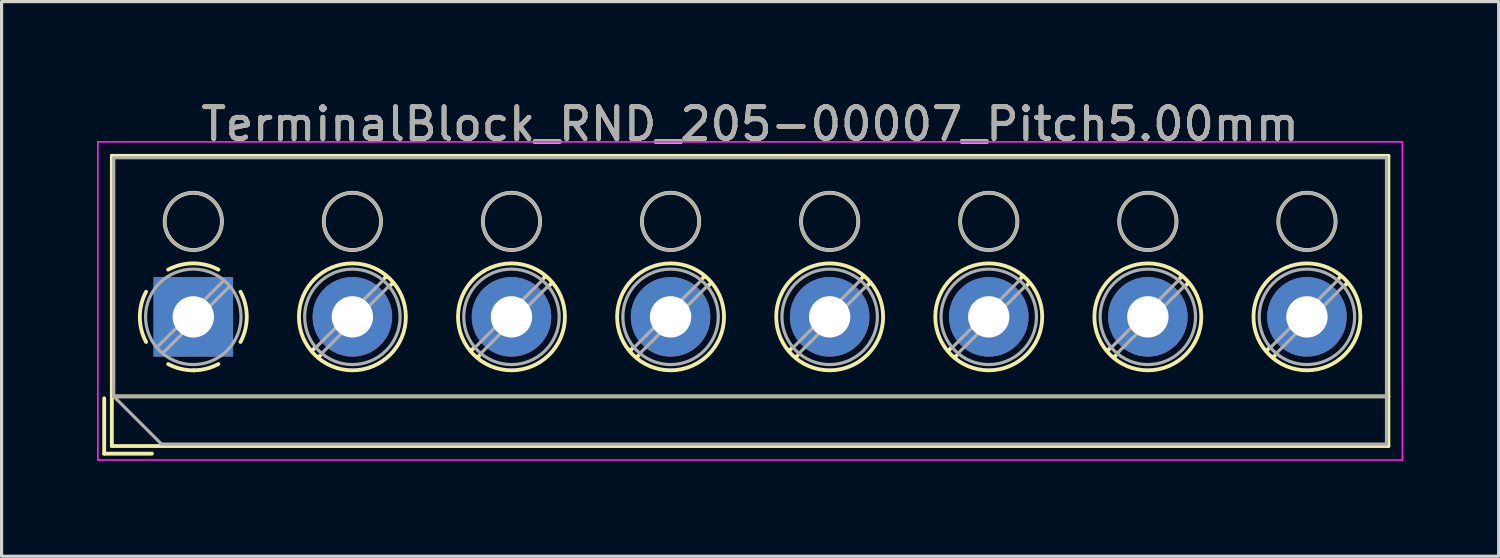
<source format=kicad_pcb>
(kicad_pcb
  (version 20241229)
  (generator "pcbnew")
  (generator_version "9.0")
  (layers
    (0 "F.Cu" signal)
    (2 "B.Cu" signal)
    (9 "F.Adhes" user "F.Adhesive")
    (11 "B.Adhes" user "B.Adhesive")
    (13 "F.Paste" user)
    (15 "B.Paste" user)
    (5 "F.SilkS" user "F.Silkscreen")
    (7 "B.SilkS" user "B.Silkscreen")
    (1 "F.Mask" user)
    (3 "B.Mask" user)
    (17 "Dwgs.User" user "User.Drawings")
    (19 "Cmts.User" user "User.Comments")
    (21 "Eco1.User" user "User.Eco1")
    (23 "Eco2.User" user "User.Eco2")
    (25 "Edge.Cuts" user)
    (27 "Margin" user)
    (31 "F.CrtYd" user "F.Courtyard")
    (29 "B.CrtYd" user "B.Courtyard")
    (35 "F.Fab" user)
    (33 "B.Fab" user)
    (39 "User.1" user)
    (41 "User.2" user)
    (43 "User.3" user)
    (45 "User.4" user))
  (footprint "TerminalBlock_RND_205-00007_Pitch5.00mm"
    (layer "F.Cu")
    (at 3.025 6.908)
    (property "Reference" "TerminalBlock_RND_205-00007_Pitch5.00mm" (at 17.5 -6.06 0) (layer "F.SilkS") (effects (font (size 1 1) (thickness 0.15))))
    (attr through_hole)
    (fp_line (start -2.8 2.56) (end -2.8 4.3) (stroke (width 0.12) (type solid)) (layer "F.SilkS"))
    (fp_line (start -2.8 4.3) (end -1.3 4.3) (stroke (width 0.12) (type solid)) (layer "F.SilkS"))
    (fp_line (start -2.56 -5.06) (end -2.56 4.06) (stroke (width 0.12) (type solid)) (layer "F.SilkS"))
    (fp_line (start -2.56 2.5) (end 37.56 2.5) (stroke (width 0.12) (type solid)) (layer "F.SilkS"))
    (fp_line (start -2.56 4.06) (end 37.56 4.06) (stroke (width 0.12) (type solid)) (layer "F.SilkS"))
    (fp_line (start 3.82 0.976) (end 3.726 1.069) (stroke (width 0.12) (type solid)) (layer "F.SilkS"))
    (fp_line (start 3.99 1.216) (end 3.931 1.274) (stroke (width 0.12) (type solid)) (layer "F.SilkS"))
    (fp_line (start 6.07 -1.275) (end 6.011 -1.216) (stroke (width 0.12) (type solid)) (layer "F.SilkS"))
    (fp_line (start 6.275 -1.069) (end 6.181 -0.976) (stroke (width 0.12) (type solid)) (layer "F.SilkS"))
    (fp_line (start 8.82 0.976) (end 8.726 1.069) (stroke (width 0.12) (type solid)) (layer "F.SilkS"))
    (fp_line (start 8.99 1.216) (end 8.931 1.274) (stroke (width 0.12) (type solid)) (layer "F.SilkS"))
    (fp_line (start 11.07 -1.275) (end 11.011 -1.216) (stroke (width 0.12) (type solid)) (layer "F.SilkS"))
    (fp_line (start 11.275 -1.069) (end 11.181 -0.976) (stroke (width 0.12) (type solid)) (layer "F.SilkS"))
    (fp_line (start 13.82 0.976) (end 13.726 1.069) (stroke (width 0.12) (type solid)) (layer "F.SilkS"))
    (fp_line (start 13.99 1.216) (end 13.931 1.274) (stroke (width 0.12) (type solid)) (layer "F.SilkS"))
    (fp_line (start 16.07 -1.275) (end 16.011 -1.216) (stroke (width 0.12) (type solid)) (layer "F.SilkS"))
    (fp_line (start 16.275 -1.069) (end 16.181 -0.976) (stroke (width 0.12) (type solid)) (layer "F.SilkS"))
    (fp_line (start 18.82 0.976) (end 18.726 1.069) (stroke (width 0.12) (type solid)) (layer "F.SilkS"))
    (fp_line (start 18.99 1.216) (end 18.931 1.274) (stroke (width 0.12) (type solid)) (layer "F.SilkS"))
    (fp_line (start 21.07 -1.275) (end 21.011 -1.216) (stroke (width 0.12) (type solid)) (layer "F.SilkS"))
    (fp_line (start 21.275 -1.069) (end 21.181 -0.976) (stroke (width 0.12) (type solid)) (layer "F.SilkS"))
    (fp_line (start 23.82 0.976) (end 23.726 1.069) (stroke (width 0.12) (type solid)) (layer "F.SilkS"))
    (fp_line (start 23.99 1.216) (end 23.931 1.274) (stroke (width 0.12) (type solid)) (layer "F.SilkS"))
    (fp_line (start 26.07 -1.275) (end 26.011 -1.216) (stroke (width 0.12) (type solid)) (layer "F.SilkS"))
    (fp_line (start 26.275 -1.069) (end 26.181 -0.976) (stroke (width 0.12) (type solid)) (layer "F.SilkS"))
    (fp_line (start 28.82 0.976) (end 28.726 1.069) (stroke (width 0.12) (type solid)) (layer "F.SilkS"))
    (fp_line (start 28.99 1.216) (end 28.931 1.274) (stroke (width 0.12) (type solid)) (layer "F.SilkS"))
    (fp_line (start 31.07 -1.275) (end 31.011 -1.216) (stroke (width 0.12) (type solid)) (layer "F.SilkS"))
    (fp_line (start 31.275 -1.069) (end 31.181 -0.976) (stroke (width 0.12) (type solid)) (layer "F.SilkS"))
    (fp_line (start 33.82 0.976) (end 33.726 1.069) (stroke (width 0.12) (type solid)) (layer "F.SilkS"))
    (fp_line (start 33.99 1.216) (end 33.931 1.274) (stroke (width 0.12) (type solid)) (layer "F.SilkS"))
    (fp_line (start 36.07 -1.275) (end 36.011 -1.216) (stroke (width 0.12) (type solid)) (layer "F.SilkS"))
    (fp_line (start 36.275 -1.069) (end 36.181 -0.976) (stroke (width 0.12) (type solid)) (layer "F.SilkS"))
    (fp_line (start 37.56 -5.06) (end -2.56 -5.06) (stroke (width 0.12) (type solid)) (layer "F.SilkS"))
    (fp_line (start 37.56 4.06) (end 37.56 -5.06) (stroke (width 0.12) (type solid)) (layer "F.SilkS"))
    (fp_arc (start -1.483953 0.789089) (mid -1.680708 0.00005) (end -1.484 -0.789) (stroke (width 0.12) (type solid)) (layer "F.SilkS"))
    (fp_arc (start -0.789089 -1.483953) (mid -0.00005 -1.680708) (end 0.789 -1.484) (stroke (width 0.12) (type solid)) (layer "F.SilkS"))
    (fp_arc (start 0.029383 1.68045) (mid -0.392304 1.634281) (end -0.789 1.484) (stroke (width 0.12) (type solid)) (layer "F.SilkS"))
    (fp_arc (start 0.788712 1.483352) (mid 0.406429 1.630097) (end 0 1.68) (stroke (width 0.12) (type solid)) (layer "F.SilkS"))
    (fp_arc (start 1.483953 -0.789089) (mid 1.680708 -0.00005) (end 1.484 0.789) (stroke (width 0.12) (type solid)) (layer "F.SilkS"))
    (fp_circle (center 0 -3) (end 0.9 -3) (stroke (width 0.12) (type solid)) (fill no) (layer "F.SilkS"))
    (fp_circle (center 5 -3) (end 5.9 -3) (stroke (width 0.12) (type solid)) (fill no) (layer "F.SilkS"))
    (fp_circle (center 5 0) (end 6.68 0) (stroke (width 0.12) (type solid)) (fill no) (layer "F.SilkS"))
    (fp_circle (center 10 -3) (end 10.9 -3) (stroke (width 0.12) (type solid)) (fill no) (layer "F.SilkS"))
    (fp_circle (center 10 0) (end 11.68 0) (stroke (width 0.12) (type solid)) (fill no) (layer "F.SilkS"))
    (fp_circle (center 15 -3) (end 15.9 -3) (stroke (width 0.12) (type solid)) (fill no) (layer "F.SilkS"))
    (fp_circle (center 15 0) (end 16.68 0) (stroke (width 0.12) (type solid)) (fill no) (layer "F.SilkS"))
    (fp_circle (center 20 -3) (end 20.9 -3) (stroke (width 0.12) (type solid)) (fill no) (layer "F.SilkS"))
    (fp_circle (center 20 0) (end 21.68 0) (stroke (width 0.12) (type solid)) (fill no) (layer "F.SilkS"))
    (fp_circle (center 25 -3) (end 25.9 -3) (stroke (width 0.12) (type solid)) (fill no) (layer "F.SilkS"))
    (fp_circle (center 25 0) (end 26.68 0) (stroke (width 0.12) (type solid)) (fill no) (layer "F.SilkS"))
    (fp_circle (center 30 -3) (end 30.9 -3) (stroke (width 0.12) (type solid)) (fill no) (layer "F.SilkS"))
    (fp_circle (center 30 0) (end 31.68 0) (stroke (width 0.12) (type solid)) (fill no) (layer "F.SilkS"))
    (fp_circle (center 35 -3) (end 35.9 -3) (stroke (width 0.12) (type solid)) (fill no) (layer "F.SilkS"))
    (fp_circle (center 35 0) (end 36.68 0) (stroke (width 0.12) (type solid)) (fill no) (layer "F.SilkS"))
    (fp_line (start -3 -5.5) (end -3 4.5) (stroke (width 0.05) (type solid)) (layer "F.CrtYd"))
    (fp_line (start -3 4.5) (end 38 4.5) (stroke (width 0.05) (type solid)) (layer "F.CrtYd"))
    (fp_line (start 38 -5.5) (end -3 -5.5) (stroke (width 0.05) (type solid)) (layer "F.CrtYd"))
    (fp_line (start 38 4.5) (end 38 -5.5) (stroke (width 0.05) (type solid)) (layer "F.CrtYd"))
    (fp_line (start -2.5 -5) (end 37.5 -5) (stroke (width 0.1) (type solid)) (layer "F.Fab"))
    (fp_line (start -2.5 2.5) (end -2.5 -5) (stroke (width 0.1) (type solid)) (layer "F.Fab"))
    (fp_line (start -2.5 2.5) (end 37.5 2.5) (stroke (width 0.1) (type solid)) (layer "F.Fab"))
    (fp_line (start -1 4) (end -2.5 2.5) (stroke (width 0.1) (type solid)) (layer "F.Fab"))
    (fp_line (start 0.955 -1.138) (end -1.138 0.955) (stroke (width 0.1) (type solid)) (layer "F.Fab"))
    (fp_line (start 1.138 -0.955) (end -0.955 1.138) (stroke (width 0.1) (type solid)) (layer "F.Fab"))
    (fp_line (start 5.955 -1.138) (end 3.863 0.955) (stroke (width 0.1) (type solid)) (layer "F.Fab"))
    (fp_line (start 6.138 -0.955) (end 4.046 1.138) (stroke (width 0.1) (type solid)) (layer "F.Fab"))
    (fp_line (start 10.955 -1.138) (end 8.863 0.955) (stroke (width 0.1) (type solid)) (layer "F.Fab"))
    (fp_line (start 11.138 -0.955) (end 9.046 1.138) (stroke (width 0.1) (type solid)) (layer "F.Fab"))
    (fp_line (start 15.955 -1.138) (end 13.863 0.955) (stroke (width 0.1) (type solid)) (layer "F.Fab"))
    (fp_line (start 16.138 -0.955) (end 14.046 1.138) (stroke (width 0.1) (type solid)) (layer "F.Fab"))
    (fp_line (start 20.955 -1.138) (end 18.863 0.955) (stroke (width 0.1) (type solid)) (layer "F.Fab"))
    (fp_line (start 21.138 -0.955) (end 19.046 1.138) (stroke (width 0.1) (type solid)) (layer "F.Fab"))
    (fp_line (start 25.955 -1.138) (end 23.863 0.955) (stroke (width 0.1) (type solid)) (layer "F.Fab"))
    (fp_line (start 26.138 -0.955) (end 24.046 1.138) (stroke (width 0.1) (type solid)) (layer "F.Fab"))
    (fp_line (start 30.955 -1.138) (end 28.863 0.955) (stroke (width 0.1) (type solid)) (layer "F.Fab"))
    (fp_line (start 31.138 -0.955) (end 29.046 1.138) (stroke (width 0.1) (type solid)) (layer "F.Fab"))
    (fp_line (start 35.955 -1.138) (end 33.863 0.955) (stroke (width 0.1) (type solid)) (layer "F.Fab"))
    (fp_line (start 36.138 -0.955) (end 34.046 1.138) (stroke (width 0.1) (type solid)) (layer "F.Fab"))
    (fp_line (start 37.5 -5) (end 37.5 4) (stroke (width 0.1) (type solid)) (layer "F.Fab"))
    (fp_line (start 37.5 4) (end -1 4) (stroke (width 0.1) (type solid)) (layer "F.Fab"))
    (fp_circle (center 0 -3) (end 0.9 -3) (stroke (width 0.1) (type solid)) (fill no) (layer "F.Fab"))
    (fp_circle (center 0 0) (end 1.5 0) (stroke (width 0.1) (type solid)) (fill no) (layer "F.Fab"))
    (fp_circle (center 5 -3) (end 5.9 -3) (stroke (width 0.1) (type solid)) (fill no) (layer "F.Fab"))
    (fp_circle (center 5 0) (end 6.5 0) (stroke (width 0.1) (type solid)) (fill no) (layer "F.Fab"))
    (fp_circle (center 10 -3) (end 10.9 -3) (stroke (width 0.1) (type solid)) (fill no) (layer "F.Fab"))
    (fp_circle (center 10 0) (end 11.5 0) (stroke (width 0.1) (type solid)) (fill no) (layer "F.Fab"))
    (fp_circle (center 15 -3) (end 15.9 -3) (stroke (width 0.1) (type solid)) (fill no) (layer "F.Fab"))
    (fp_circle (center 15 0) (end 16.5 0) (stroke (width 0.1) (type solid)) (fill no) (layer "F.Fab"))
    (fp_circle (center 20 -3) (end 20.9 -3) (stroke (width 0.1) (type solid)) (fill no) (layer "F.Fab"))
    (fp_circle (center 20 0) (end 21.5 0) (stroke (width 0.1) (type solid)) (fill no) (layer "F.Fab"))
    (fp_circle (center 25 -3) (end 25.9 -3) (stroke (width 0.1) (type solid)) (fill no) (layer "F.Fab"))
    (fp_circle (center 25 0) (end 26.5 0) (stroke (width 0.1) (type solid)) (fill no) (layer "F.Fab"))
    (fp_circle (center 30 -3) (end 30.9 -3) (stroke (width 0.1) (type solid)) (fill no) (layer "F.Fab"))
    (fp_circle (center 30 0) (end 31.5 0) (stroke (width 0.1) (type solid)) (fill no) (layer "F.Fab"))
    (fp_circle (center 35 -3) (end 35.9 -3) (stroke (width 0.1) (type solid)) (fill no) (layer "F.Fab"))
    (fp_circle (center 35 0) (end 36.5 0) (stroke (width 0.1) (type solid)) (fill no) (layer "F.Fab"))
    (fp_text user "${REFERENCE}" (at 17.5 -6.06 0) (layer "F.Fab") (effects (font (size 1 1) (thickness 0.15))))
    (pad "1" thru_hole rect (at 0 0) (size 2.5 2.5) (drill 1.3) (layers "*.Cu" "*.Mask"))
    (pad "2" thru_hole circle (at 5 0) (size 2.5 2.5) (drill 1.3) (layers "*.Cu" "*.Mask"))
    (pad "3" thru_hole circle (at 10 0) (size 2.5 2.5) (drill 1.3) (layers "*.Cu" "*.Mask"))
    (pad "4" thru_hole circle (at 15 0) (size 2.5 2.5) (drill 1.3) (layers "*.Cu" "*.Mask"))
    (pad "5" thru_hole circle (at 20 0) (size 2.5 2.5) (drill 1.3) (layers "*.Cu" "*.Mask"))
    (pad "6" thru_hole circle (at 25 0) (size 2.5 2.5) (drill 1.3) (layers "*.Cu" "*.Mask"))
    (pad "7" thru_hole circle (at 30 0) (size 2.5 2.5) (drill 1.3) (layers "*.Cu" "*.Mask"))
    (pad "8" thru_hole circle (at 35 0) (size 2.5 2.5) (drill 1.3) (layers "*.Cu" "*.Mask")))
  (gr_rect
    (start -3 -3)
    (end 44.05 14.433)
    (stroke (width 0.1) (type default))
    (fill no)
    (layer "Edge.Cuts")))
</source>
